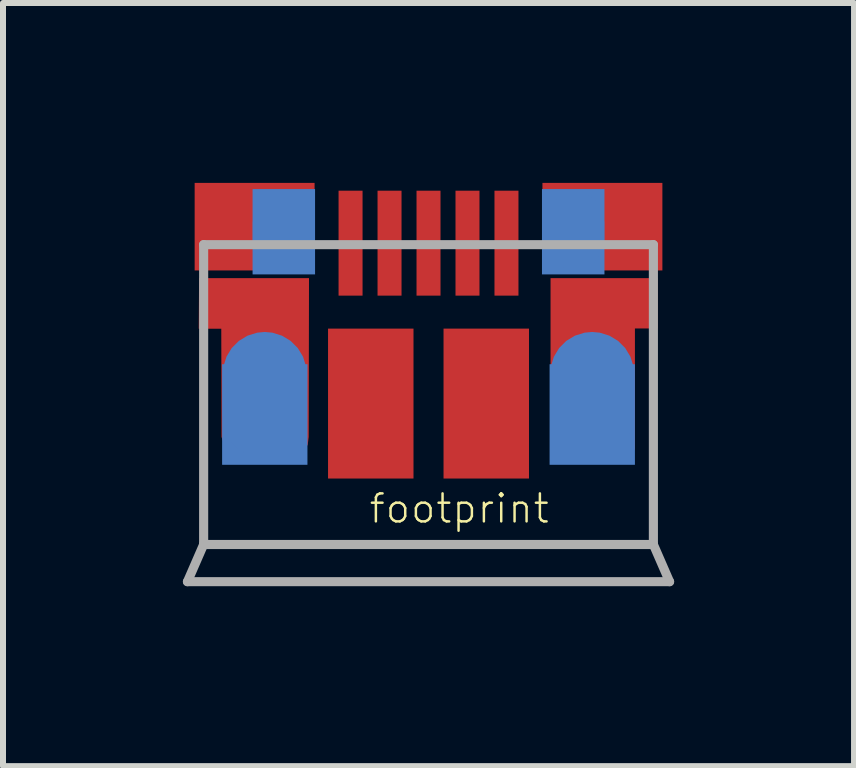
<source format=kicad_pcb>
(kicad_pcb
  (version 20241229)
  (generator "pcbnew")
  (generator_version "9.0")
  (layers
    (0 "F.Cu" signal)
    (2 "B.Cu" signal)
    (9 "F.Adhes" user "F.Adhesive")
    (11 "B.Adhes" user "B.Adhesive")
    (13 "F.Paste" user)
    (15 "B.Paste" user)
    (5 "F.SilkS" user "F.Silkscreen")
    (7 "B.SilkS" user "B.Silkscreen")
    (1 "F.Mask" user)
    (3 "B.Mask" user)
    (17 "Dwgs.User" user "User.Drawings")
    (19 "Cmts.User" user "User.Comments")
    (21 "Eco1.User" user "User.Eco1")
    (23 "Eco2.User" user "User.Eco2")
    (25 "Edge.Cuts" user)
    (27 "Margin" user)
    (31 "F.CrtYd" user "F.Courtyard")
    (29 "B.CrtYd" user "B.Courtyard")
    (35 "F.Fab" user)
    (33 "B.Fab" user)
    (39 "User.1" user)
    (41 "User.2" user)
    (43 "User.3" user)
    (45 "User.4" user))
  (footprint "footprint"
    (layer "F.Cu")
    (at 4.096 1.005)
    (property "Reference" "footprint" (at -1.016 4.699 0) (layer "F.SilkS") (effects (font (size 0.467 0.467) (thickness 0.041)) (justify left bottom)))
    (fp_poly (pts (xy 3.82 1.422) (xy 3.442 1.422) (xy 3.442 3.422) (xy 3.404 3.528) (xy 3.312 3.607) (xy 3.208 3.627) (xy 2.323 3.601) (xy 2.217 3.578) (xy 2.11 3.504) (xy 2.035 3.314) (xy 2.035 0.583) (xy 3.82 0.583)) (stroke (width 0) (type solid)) (fill yes) (layer "F.Cu"))
    (fp_poly (pts (xy -1.998 3.231) (xy -2.014 3.36) (xy -2.085 3.486) (xy -2.198 3.575) (xy -2.331 3.612) (xy -2.953 3.612) (xy -3.201 3.572) (xy -3.324 3.483) (xy -3.408 3.367) (xy -3.452 3.231) (xy -3.456 1.427) (xy -3.832 1.427) (xy -3.826 0.583) (xy -1.993 0.583)) (stroke (width 0) (type solid)) (fill yes) (layer "F.Cu"))
    (fp_poly (pts (xy 3.851 1.476) (xy 3.551 1.476) (xy 3.551 3.333) (xy 3.514 3.453) (xy 3.441 3.557) (xy 3.336 3.636) (xy 3.104 3.676) (xy 2.295 3.676) (xy 2.165 3.65) (xy 2.047 3.571) (xy 1.949 3.335) (xy 1.949 0.574) (xy 3.851 0.574)) (stroke (width 0) (type solid)) (fill yes) (layer "F.Mask"))
    (fp_poly (pts (xy -1.949 3.225) (xy -1.951 3.344) (xy -1.992 3.464) (xy -2.071 3.569) (xy -2.288 3.676) (xy -3.004 3.676) (xy -3.14 3.654) (xy -3.265 3.59) (xy -3.368 3.487) (xy -3.451 3.233) (xy -3.451 1.476) (xy -3.851 1.476) (xy -3.851 0.574) (xy -1.949 0.574)) (stroke (width 0) (type solid)) (fill yes) (layer "F.Mask"))
    (fp_poly (pts (xy -2.019 3.696) (xy -3.442 3.696) (xy -3.442 2.019) (xy -2.019 2.019)) (stroke (width 0) (type solid)) (fill yes) (layer "B.Cu"))
    (fp_poly (pts (xy -1.892 0.521) (xy -2.934 0.521) (xy -2.934 -0.902) (xy -1.892 -0.902)) (stroke (width 0) (type solid)) (fill yes) (layer "B.Cu"))
    (fp_poly (pts (xy 2.934 0.521) (xy 1.892 0.521) (xy 1.892 -0.902) (xy 2.934 -0.902)) (stroke (width 0) (type solid)) (fill yes) (layer "B.Cu"))
    (fp_poly (pts (xy 3.442 3.696) (xy 2.019 3.696) (xy 2.019 2.019) (xy 3.442 2.019)) (stroke (width 0) (type solid)) (fill yes) (layer "B.Cu"))
    (fp_poly (pts (xy -2.019 3.696) (xy -3.442 3.696) (xy -3.442 2.019) (xy -2.019 2.019)) (stroke (width 0) (type solid)) (fill yes) (layer "In2.Cu"))
    (fp_poly (pts (xy -1.892 0.521) (xy -2.934 0.521) (xy -2.934 -0.902) (xy -1.892 -0.902)) (stroke (width 0) (type solid)) (fill yes) (layer "In2.Cu"))
    (fp_poly (pts (xy 2.934 0.521) (xy 1.892 0.521) (xy 1.892 -0.902) (xy 2.934 -0.902)) (stroke (width 0) (type solid)) (fill yes) (layer "In2.Cu"))
    (fp_poly (pts (xy 3.442 3.696) (xy 2.019 3.696) (xy 2.019 2.019) (xy 3.442 2.019)) (stroke (width 0) (type solid)) (fill yes) (layer "In2.Cu"))
    (fp_poly (pts (xy -1.15 0.831) (xy -1.45 0.831) (xy -1.45 -0.844) (xy -1.15 -0.844)) (stroke (width 0) (type solid)) (fill yes) (layer "F.Paste"))
    (fp_poly (pts (xy -0.5 0.831) (xy -0.8 0.831) (xy -0.8 -0.844) (xy -0.5 -0.844)) (stroke (width 0) (type solid)) (fill yes) (layer "F.Paste"))
    (fp_poly (pts (xy 0.15 0.831) (xy -0.15 0.831) (xy -0.15 -0.844) (xy 0.15 -0.844)) (stroke (width 0) (type solid)) (fill yes) (layer "F.Paste"))
    (fp_poly (pts (xy 0.8 0.831) (xy 0.5 0.831) (xy 0.5 -0.844) (xy 0.8 -0.844)) (stroke (width 0) (type solid)) (fill yes) (layer "F.Paste"))
    (fp_poly (pts (xy 1.45 0.831) (xy 1.15 0.831) (xy 1.15 -0.844) (xy 1.45 -0.844)) (stroke (width 0) (type solid)) (fill yes) (layer "F.Paste"))
    (fp_poly (pts (xy -1.945 3.194) (xy -1.963 3.308) (xy -2.017 3.415) (xy -2.104 3.502) (xy -2.318 3.571) (xy -3.067 3.571) (xy -3.199 3.545) (xy -3.319 3.465) (xy -3.418 3.226) (xy -3.418 1.488) (xy -3.926 1.488) (xy -3.926 0.599) (xy -1.945 0.599)) (stroke (width 0) (type solid)) (fill yes) (layer "F.Paste"))
    (fp_poly (pts (xy 3.913 1.488) (xy 3.405 1.488) (xy 3.405 3.226) (xy 3.306 3.465) (xy 3.186 3.545) (xy 3.055 3.571) (xy 2.305 3.571) (xy 2.092 3.502) (xy 2.004 3.415) (xy 1.95 3.308) (xy 1.932 3.194) (xy 1.932 0.599) (xy 3.913 0.599)) (stroke (width 0) (type solid)) (fill yes) (layer "F.Paste"))
    (fp_line (start -4.02 5.645) (end -3.75 5.025) (stroke (width 0.152) (type solid)) (layer "F.Fab"))
    (fp_line (start -3.75 0.025) (end -3.75 5.025) (stroke (width 0.152) (type solid)) (layer "F.Fab"))
    (fp_line (start -3.75 5.025) (end 3.75 5.025) (stroke (width 0.152) (type solid)) (layer "F.Fab"))
    (fp_line (start 3.75 0.025) (end -3.75 0.025) (stroke (width 0.152) (type solid)) (layer "F.Fab"))
    (fp_line (start 3.75 5.025) (end 3.75 0.025) (stroke (width 0.152) (type solid)) (layer "F.Fab"))
    (fp_line (start 4.02 5.645) (end -4.02 5.645) (stroke (width 0.152) (type solid)) (layer "F.Fab"))
    (fp_line (start 4.02 5.645) (end 3.75 5.025) (stroke (width 0.152) (type solid)) (layer "F.Fab"))
    (pad "D+" smd rect (at 0 0 90) (size 1.75 0.4) (layers "F.Cu" "F.Mask"))
    (pad "D-" smd rect (at -0.65 0 90) (size 1.75 0.4) (layers "F.Cu" "F.Mask"))
    (pad "GND" smd rect (at 1.3 0 90) (size 1.75 0.4) (layers "F.Cu" "F.Mask"))
    (pad "ID" smd rect (at 0.65 0 90) (size 1.75 0.4) (layers "F.Cu" "F.Mask"))
    (pad "SHIELD" smd rect (at -2.9 -0.275 90) (size 1.46 2) (layers "F.Cu" "F.Mask" "F.Paste"))
    (pad "SHIELD2" smd rect (at 2.9 -0.275 90) (size 1.46 2) (layers "F.Cu" "F.Mask" "F.Paste"))
    (pad "SHIELD3" smd rect (at -0.963 2.675 90) (size 2.5 1.425) (layers "F.Cu" "F.Mask" "F.Paste"))
    (pad "SHIELD4" smd rect (at 0.963 2.675 90) (size 2.5 1.425) (layers "F.Cu" "F.Mask" "F.Paste"))
    (pad "SHIELD5" smd roundrect (at -2.731 2.531 90) (size 2.1 1.4) (layers "*.Cu" "*.Mask") (roundrect_rratio 0.5))
    (pad "SHIELD6" smd roundrect (at 2.7 2.575 90) (size 1 1) (layers "F.Cu") (roundrect_rratio 0.5))
    (pad "SHIELD7" smd roundrect (at 2.729 2.531 90) (size 2.1 1.4) (layers "*.Cu" "*.Mask") (roundrect_rratio 0.5))
    (pad "SHIELD8" smd roundrect (at -2.731 2.731 90) (size 1.5 1.1) (layers "F.Cu") (roundrect_rratio 0.5))
    (pad "SHIELD9" smd roundrect (at -2.43 -0.195 90) (size 1.3 1) (layers "*.Cu" "*.Mask") (roundrect_rratio 0.5))
    (pad "SHIELD10" smd roundrect (at 2.43 -0.195 90) (size 1.3 1) (layers "*.Cu" "*.Mask") (roundrect_rratio 0.5))
    (pad "VBUS" smd rect (at -1.3 0 90) (size 1.75 0.4) (layers "F.Cu" "F.Mask")))
  (gr_rect
    (start -3 -3)
    (end 11.192 9.726)
    (stroke (width 0.1) (type default))
    (fill no)
    (layer "Edge.Cuts")))
</source>
